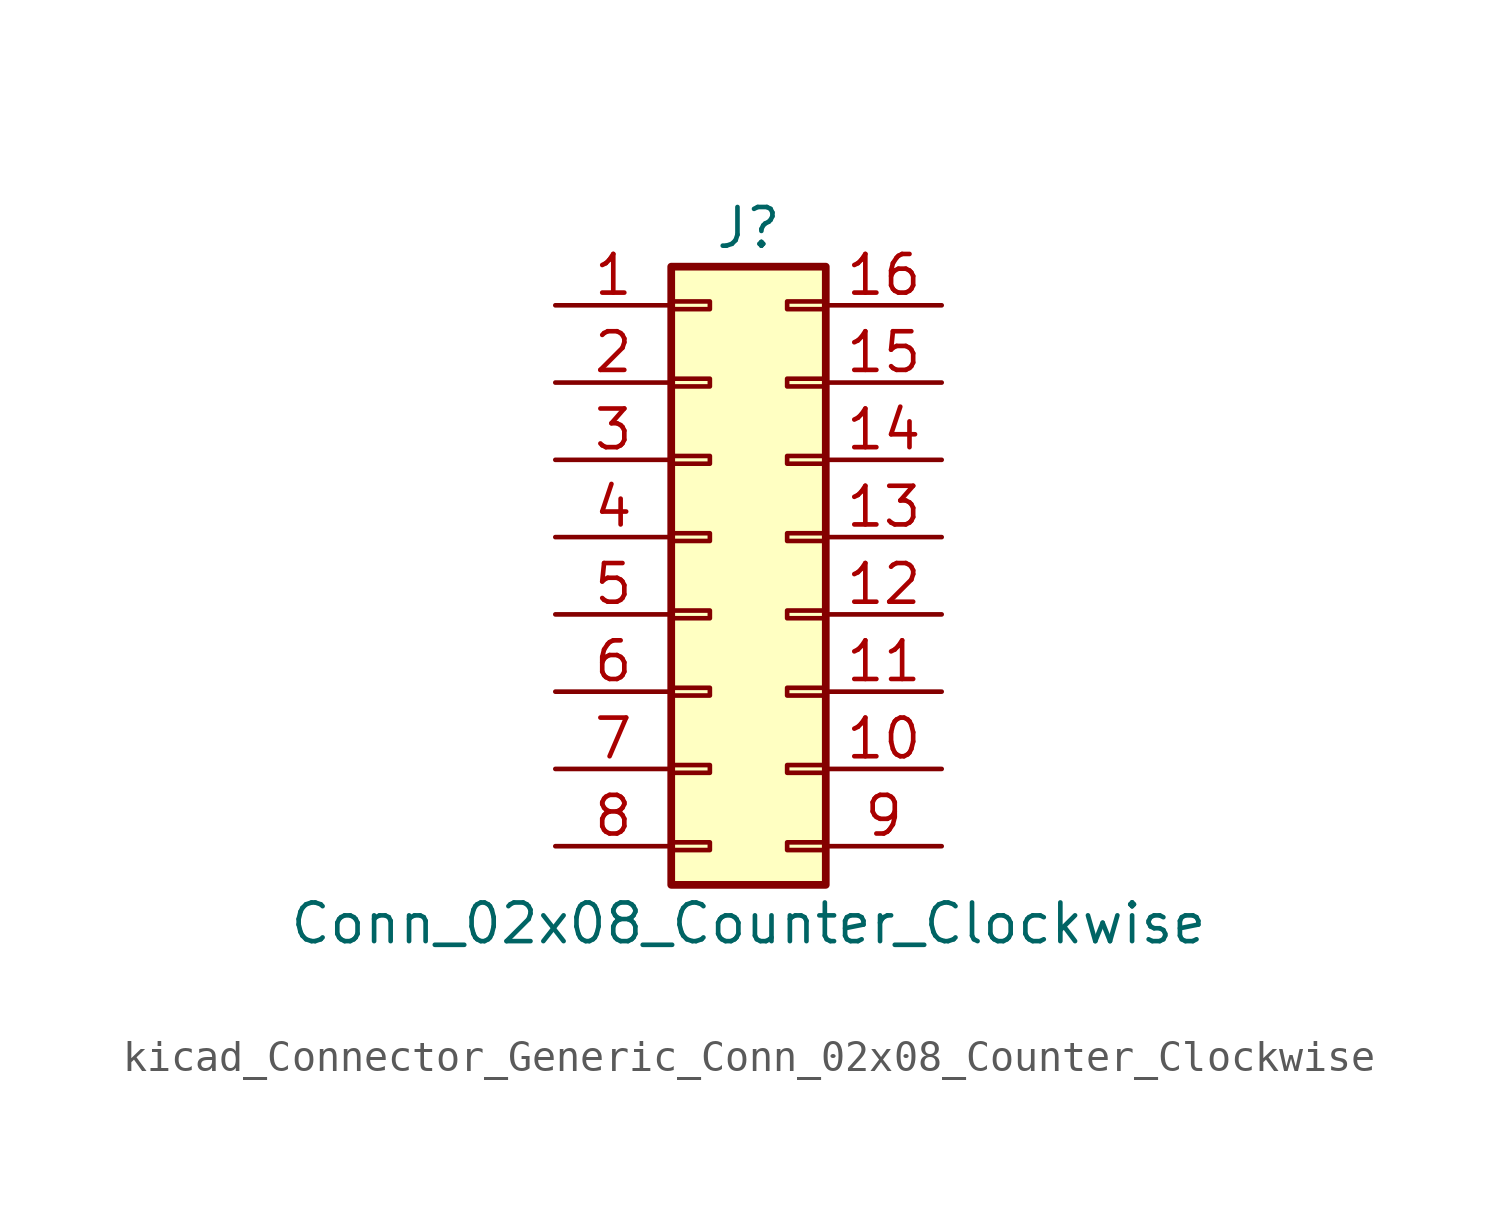
<source format=kicad_sym>
(kicad_symbol_lib
  (version 20220914)
  (generator kicad_symbol_editor)
  (symbol "kicad_Connector_Generic_Conn_02x08_Counter_Clockwise"
    (pin_names
      (offset 1.016) hide)
    (property "Reference" "J"
      (at 1.27 10.16 0)
      (effects (font (size 1.27 1.27))))
    (property "Value" "Conn_02x08_Counter_Clockwise"
      (at 1.27 -12.7 0)
      (effects (font (size 1.27 1.27))))
    (symbol "kicad_Connector_Generic_Conn_02x08_Counter_Clockwise_1_1"
      (rectangle (start -1.27 -10.033) (end 0 -10.287) (stroke (width 0.152) (type default)) (fill (type none)))
      (rectangle (start -1.27 -7.493) (end 0 -7.747) (stroke (width 0.152) (type default)) (fill (type none)))
      (rectangle (start -1.27 -4.953) (end 0 -5.207) (stroke (width 0.152) (type default)) (fill (type none)))
      (rectangle (start -1.27 -2.413) (end 0 -2.667) (stroke (width 0.152) (type default)) (fill (type none)))
      (rectangle (start -1.27 0.127) (end 0 -0.127) (stroke (width 0.152) (type default)) (fill (type none)))
      (rectangle (start -1.27 2.667) (end 0 2.413) (stroke (width 0.152) (type default)) (fill (type none)))
      (rectangle (start -1.27 5.207) (end 0 4.953) (stroke (width 0.152) (type default)) (fill (type none)))
      (rectangle (start -1.27 7.747) (end 0 7.493) (stroke (width 0.152) (type default)) (fill (type none)))
      (rectangle (start -1.27 8.89) (end 3.81 -11.43) (stroke (width 0.254) (type default)) (fill (type background)))
      (rectangle (start 3.81 -10.033) (end 2.54 -10.287) (stroke (width 0.152) (type default)) (fill (type none)))
      (rectangle (start 3.81 -7.493) (end 2.54 -7.747) (stroke (width 0.152) (type default)) (fill (type none)))
      (rectangle (start 3.81 -4.953) (end 2.54 -5.207) (stroke (width 0.152) (type default)) (fill (type none)))
      (rectangle (start 3.81 -2.413) (end 2.54 -2.667) (stroke (width 0.152) (type default)) (fill (type none)))
      (rectangle (start 3.81 0.127) (end 2.54 -0.127) (stroke (width 0.152) (type default)) (fill (type none)))
      (rectangle (start 3.81 2.667) (end 2.54 2.413) (stroke (width 0.152) (type default)) (fill (type none)))
      (rectangle (start 3.81 5.207) (end 2.54 4.953) (stroke (width 0.152) (type default)) (fill (type none)))
      (rectangle (start 3.81 7.747) (end 2.54 7.493) (stroke (width 0.152) (type default)) (fill (type none)))
      (pin passive line (at -5.08 7.62 0) (length 3.81) (name "Pin_1" (effects (font (size 1.27 1.27)))) (number "1" (effects (font (size 1.27 1.27)))))
      (pin passive line (at 7.62 -7.62 180) (length 3.81) (name "Pin_10" (effects (font (size 1.27 1.27)))) (number "10" (effects (font (size 1.27 1.27)))))
      (pin passive line (at 7.62 -5.08 180) (length 3.81) (name "Pin_11" (effects (font (size 1.27 1.27)))) (number "11" (effects (font (size 1.27 1.27)))))
      (pin passive line (at 7.62 -2.54 180) (length 3.81) (name "Pin_12" (effects (font (size 1.27 1.27)))) (number "12" (effects (font (size 1.27 1.27)))))
      (pin passive line (at 7.62 0 180) (length 3.81) (name "Pin_13" (effects (font (size 1.27 1.27)))) (number "13" (effects (font (size 1.27 1.27)))))
      (pin passive line (at 7.62 2.54 180) (length 3.81) (name "Pin_14" (effects (font (size 1.27 1.27)))) (number "14" (effects (font (size 1.27 1.27)))))
      (pin passive line (at 7.62 5.08 180) (length 3.81) (name "Pin_15" (effects (font (size 1.27 1.27)))) (number "15" (effects (font (size 1.27 1.27)))))
      (pin passive line (at 7.62 7.62 180) (length 3.81) (name "Pin_16" (effects (font (size 1.27 1.27)))) (number "16" (effects (font (size 1.27 1.27)))))
      (pin passive line (at -5.08 5.08 0) (length 3.81) (name "Pin_2" (effects (font (size 1.27 1.27)))) (number "2" (effects (font (size 1.27 1.27)))))
      (pin passive line (at -5.08 2.54 0) (length 3.81) (name "Pin_3" (effects (font (size 1.27 1.27)))) (number "3" (effects (font (size 1.27 1.27)))))
      (pin passive line (at -5.08 0 0) (length 3.81) (name "Pin_4" (effects (font (size 1.27 1.27)))) (number "4" (effects (font (size 1.27 1.27)))))
      (pin passive line (at -5.08 -2.54 0) (length 3.81) (name "Pin_5" (effects (font (size 1.27 1.27)))) (number "5" (effects (font (size 1.27 1.27)))))
      (pin passive line (at -5.08 -5.08 0) (length 3.81) (name "Pin_6" (effects (font (size 1.27 1.27)))) (number "6" (effects (font (size 1.27 1.27)))))
      (pin passive line (at -5.08 -7.62 0) (length 3.81) (name "Pin_7" (effects (font (size 1.27 1.27)))) (number "7" (effects (font (size 1.27 1.27)))))
      (pin passive line (at -5.08 -10.16 0) (length 3.81) (name "Pin_8" (effects (font (size 1.27 1.27)))) (number "8" (effects (font (size 1.27 1.27)))))
      (pin passive line (at 7.62 -10.16 180) (length 3.81) (name "Pin_9" (effects (font (size 1.27 1.27)))) (number "9" (effects (font (size 1.27 1.27))))))))
</source>
